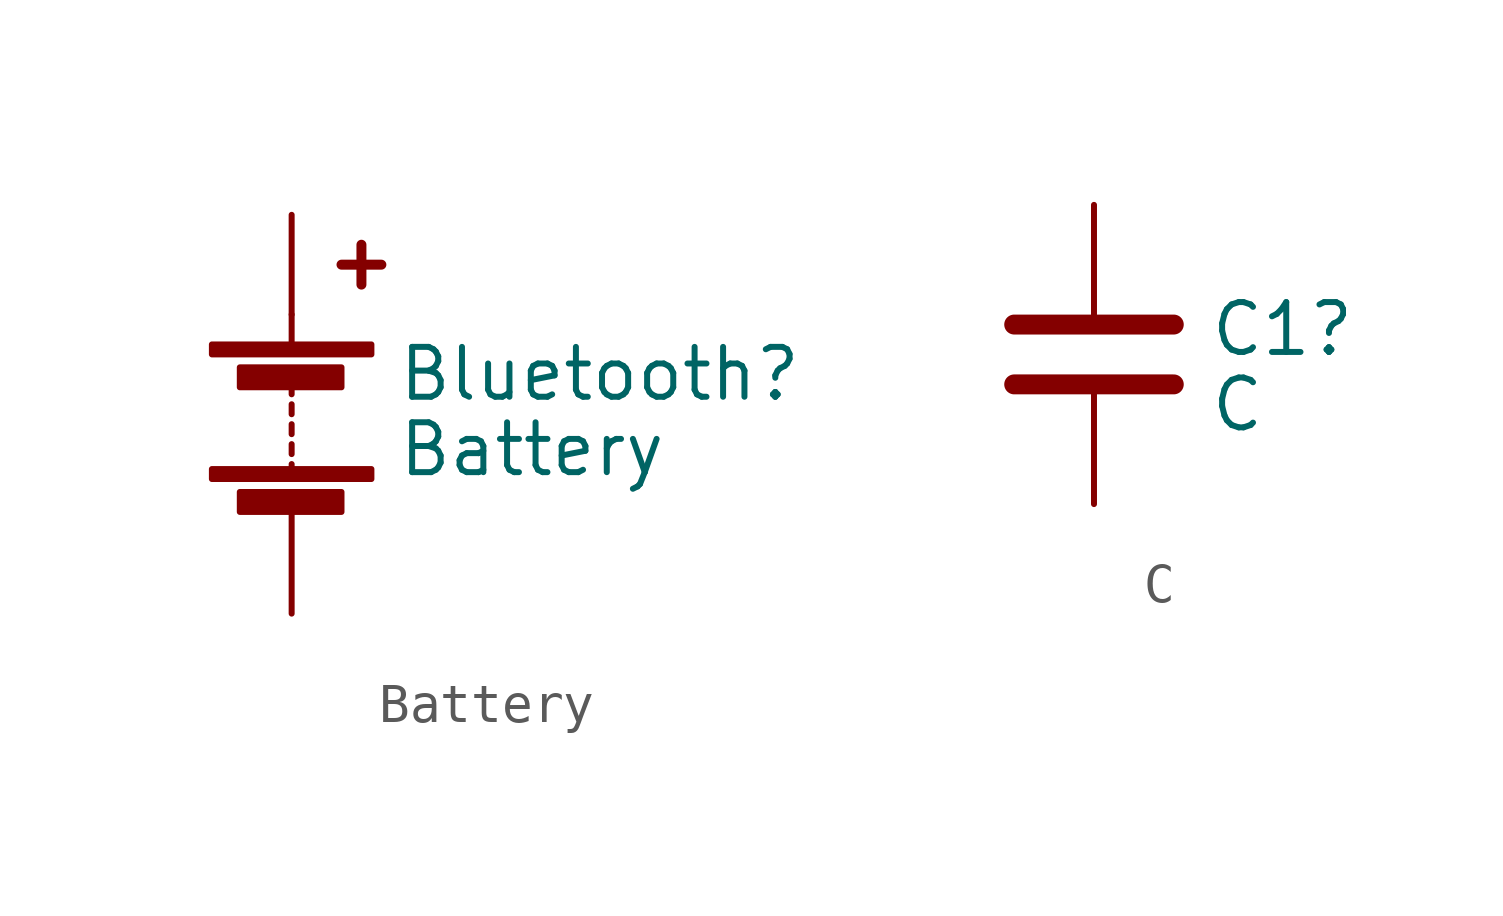
<source format=kicad_sym>
(kicad_symbol_lib
  (version 20231120)
  (generator "kicad_symbol_editor")
  (generator_version "8.0")
  (symbol "Battery"
    (pin_numbers hide)
    (pin_names
      (offset 0) hide)
    (property "Reference" "Bluetooth"
      (at 2.667 1.025 0)
      (effects (font (size 1.27 1.27)) (justify left)))
    (property "Value" "Battery"
      (at 2.667 -0.896 0)
      (effects (font (size 1.27 1.27)) (justify left)))
    (symbol "Battery_0_1"
      (rectangle (start -2.032 -1.397) (end 2.032 -1.651) (stroke (width 0) (type default)) (fill (type outline)))
      (rectangle (start -2.032 1.778) (end 2.032 1.524) (stroke (width 0) (type default)) (fill (type outline)))
      (rectangle (start -1.321 -1.981) (end 1.27 -2.489) (stroke (width 0) (type default)) (fill (type outline)))
      (rectangle (start -1.321 1.194) (end 1.27 0.686) (stroke (width 0) (type default)) (fill (type outline)))
      (polyline (pts (xy 0 -1.524) (xy 0 -1.27)) (stroke (width 0) (type default)) (fill (type none)))
      (polyline (pts (xy 0 -1.016) (xy 0 -0.762)) (stroke (width 0) (type default)) (fill (type none)))
      (polyline (pts (xy 0 -0.508) (xy 0 -0.254)) (stroke (width 0) (type default)) (fill (type none)))
      (polyline (pts (xy 0 0) (xy 0 0.254)) (stroke (width 0) (type default)) (fill (type none)))
      (polyline (pts (xy 0 0.508) (xy 0 0.762)) (stroke (width 0) (type default)) (fill (type none)))
      (polyline (pts (xy 0 1.778) (xy 0 2.54)) (stroke (width 0) (type default)) (fill (type none)))
      (polyline (pts (xy 1.27 3.81) (xy 2.286 3.81)) (stroke (width 0.254) (type default)) (fill (type none)))
      (polyline (pts (xy 1.778 4.318) (xy 1.778 3.302)) (stroke (width 0.254) (type default)) (fill (type none))))
    (symbol "Battery_1_1"
      (pin passive line (at 0 5.08 270) (length 2.54) (name "+" (effects (font (size 1.27 1.27)))) (number "1" (effects (font (size 1.27 1.27)))))
      (pin passive line (at 0 -5.08 90) (length 2.54) (name "-" (effects (font (size 1.27 1.27)))) (number "2" (effects (font (size 1.27 1.27)))))))
  (symbol "C"
    (pin_numbers hide)
    (pin_names
      (offset 0.254))
    (property "Reference" "C1"
      (at 2.921 0.644 0)
      (effects (font (size 1.27 1.27)) (justify left)))
    (property "Value" "C"
      (at 2.921 -1.277 0)
      (effects (font (size 1.27 1.27)) (justify left)))
    (symbol "C_0_1"
      (polyline (pts (xy -2.032 -0.762) (xy 2.032 -0.762)) (stroke (width 0.508) (type default)) (fill (type none)))
      (polyline (pts (xy -2.032 0.762) (xy 2.032 0.762)) (stroke (width 0.508) (type default)) (fill (type none))))
    (symbol "C_1_1"
      (pin passive line (at 0 3.81 270) (length 2.794) (name "~" (effects (font (size 1.27 1.27)))) (number "1" (effects (font (size 1.27 1.27)))))
      (pin passive line (at 0 -3.81 90) (length 2.794) (name "~" (effects (font (size 1.27 1.27)))) (number "2" (effects (font (size 1.27 1.27))))))))
</source>
